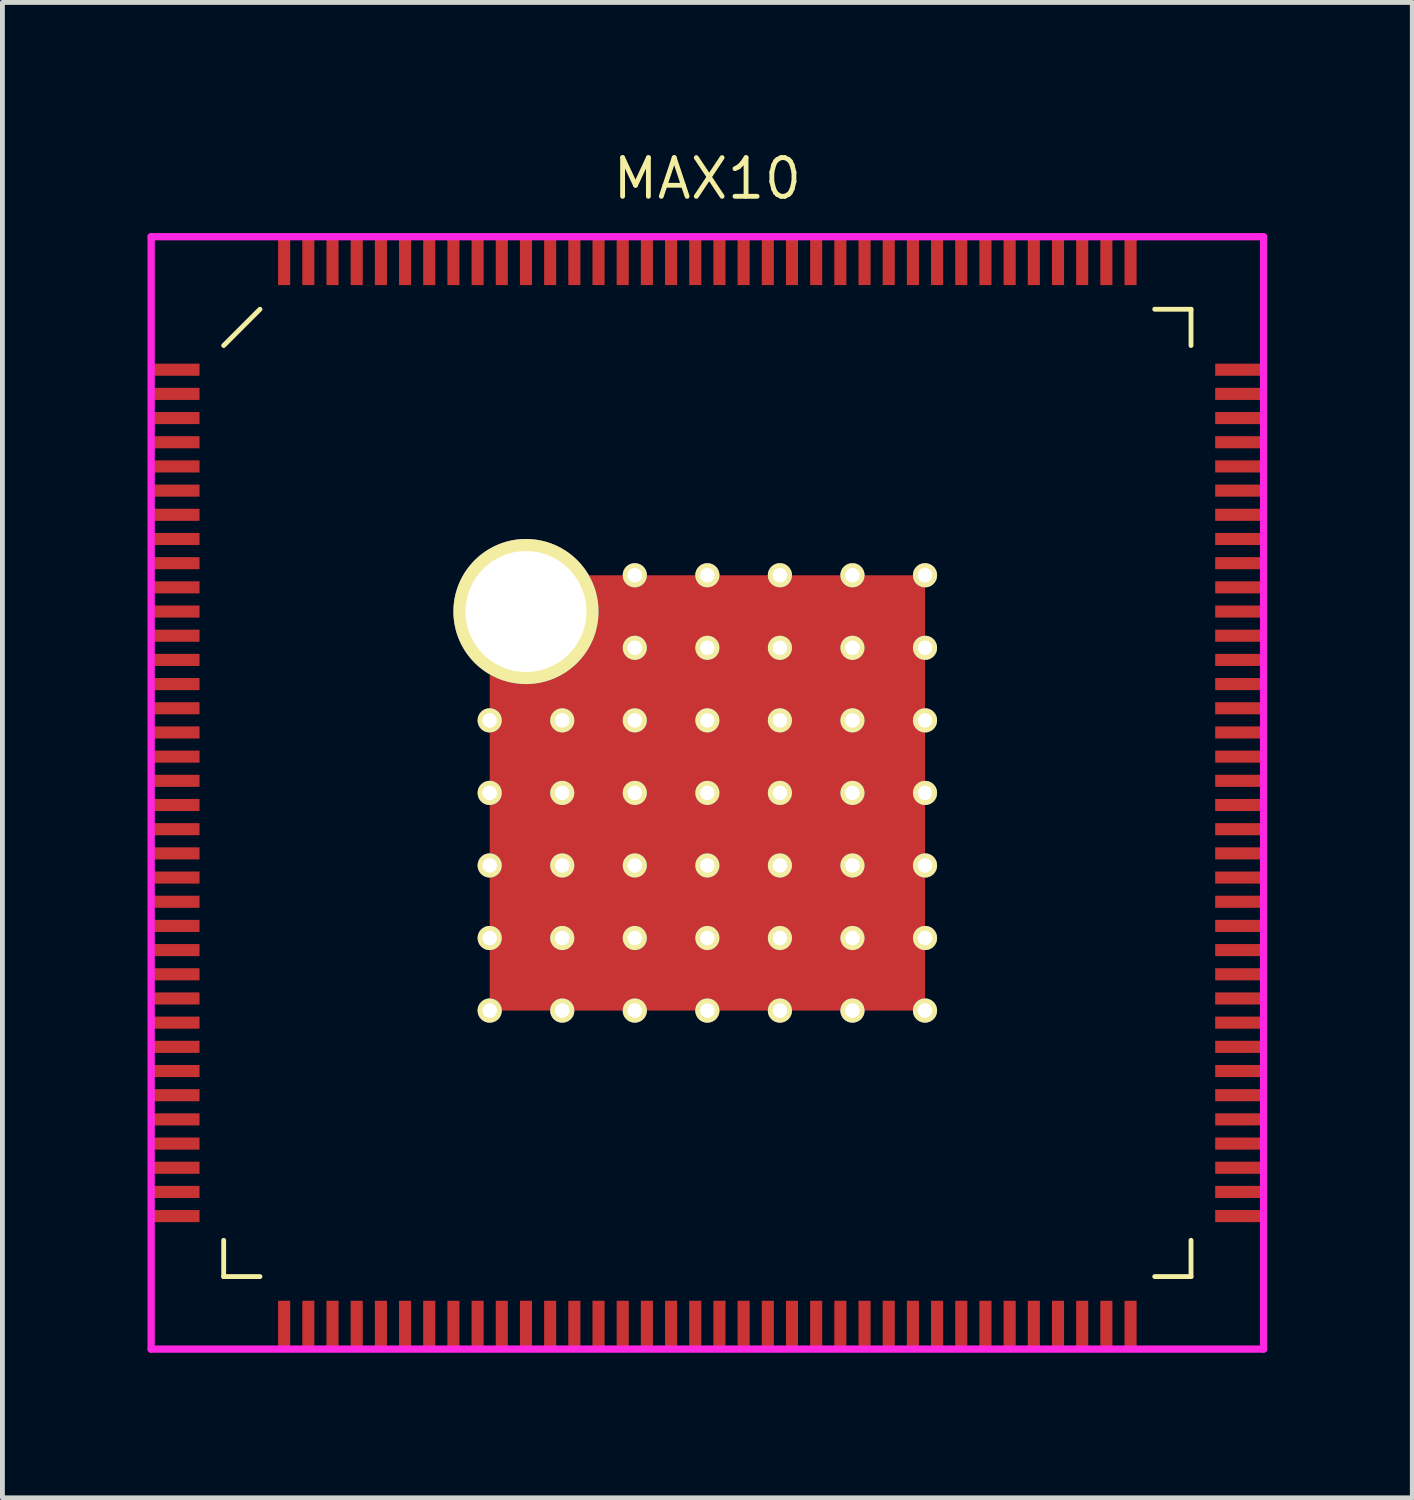
<source format=kicad_pcb>
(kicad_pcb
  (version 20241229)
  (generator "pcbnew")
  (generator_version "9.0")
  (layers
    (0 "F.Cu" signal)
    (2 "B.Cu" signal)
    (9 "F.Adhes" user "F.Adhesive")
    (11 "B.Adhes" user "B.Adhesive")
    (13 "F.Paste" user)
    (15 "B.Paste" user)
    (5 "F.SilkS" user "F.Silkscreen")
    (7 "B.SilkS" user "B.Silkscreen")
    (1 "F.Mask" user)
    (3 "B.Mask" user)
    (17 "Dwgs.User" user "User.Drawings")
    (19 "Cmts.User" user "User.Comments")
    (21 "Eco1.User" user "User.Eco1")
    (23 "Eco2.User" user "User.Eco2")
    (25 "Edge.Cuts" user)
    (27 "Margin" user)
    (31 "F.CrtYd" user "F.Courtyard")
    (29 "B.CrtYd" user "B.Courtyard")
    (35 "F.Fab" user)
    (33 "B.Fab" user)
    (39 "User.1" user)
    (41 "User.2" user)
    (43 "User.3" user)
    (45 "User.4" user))
  (footprint "MAX10"
    (layer "F.Cu")
    (at 11.575 13.344)
    (property "Reference" "MAX10" (at 0 -12.7 0) (layer "F.SilkS") (effects (font (size 0.8 0.8) (thickness 0.1))))
    (attr through_hole)
    (fp_line (start -10 -9.25) (end -9.25 -10) (stroke (width 0.1) (type solid)) (layer "F.SilkS"))
    (fp_line (start -10 10) (end -10 9.25) (stroke (width 0.1) (type solid)) (layer "F.SilkS"))
    (fp_line (start -9.25 10) (end -10 10) (stroke (width 0.1) (type solid)) (layer "F.SilkS"))
    (fp_line (start 9.25 -10) (end 10 -10) (stroke (width 0.1) (type solid)) (layer "F.SilkS"))
    (fp_line (start 9.25 10) (end 10 10) (stroke (width 0.1) (type solid)) (layer "F.SilkS"))
    (fp_line (start 10 -10) (end 10 -9.25) (stroke (width 0.1) (type solid)) (layer "F.SilkS"))
    (fp_line (start 10 10) (end 10 9.25) (stroke (width 0.1) (type solid)) (layer "F.SilkS"))
    (fp_line (start -11.5 -11.5) (end 11.5 -11.5) (stroke (width 0.15) (type solid)) (layer "F.CrtYd"))
    (fp_line (start -11.5 11.5) (end -11.5 -11.5) (stroke (width 0.15) (type solid)) (layer "F.CrtYd"))
    (fp_line (start 11.5 -11.5) (end 11.5 11.5) (stroke (width 0.15) (type solid)) (layer "F.CrtYd"))
    (fp_line (start 11.5 11.5) (end -11.5 11.5) (stroke (width 0.15) (type solid)) (layer "F.CrtYd"))
    (pad "1" smd rect (at -11 -8.75 90) (size 0.25 1) (layers "F.Cu" "F.Mask" "F.Paste"))
    (pad "2" smd rect (at -11 -8.25 90) (size 0.25 1) (layers "F.Cu" "F.Mask" "F.Paste"))
    (pad "3" smd rect (at -11 -7.75 90) (size 0.25 1) (layers "F.Cu" "F.Mask" "F.Paste"))
    (pad "4" smd rect (at -11 -7.25 90) (size 0.25 1) (layers "F.Cu" "F.Mask" "F.Paste"))
    (pad "5" smd rect (at -11 -6.75 90) (size 0.25 1) (layers "F.Cu" "F.Mask" "F.Paste"))
    (pad "6" smd rect (at -11 -6.25 90) (size 0.25 1) (layers "F.Cu" "F.Mask" "F.Paste"))
    (pad "7" smd rect (at -11 -5.75 90) (size 0.25 1) (layers "F.Cu" "F.Mask" "F.Paste"))
    (pad "8" smd rect (at -11 -5.25 90) (size 0.25 1) (layers "F.Cu" "F.Mask" "F.Paste"))
    (pad "9" smd rect (at -11 -4.75 90) (size 0.25 1) (layers "F.Cu" "F.Mask" "F.Paste"))
    (pad "10" smd rect (at -11 -4.25 90) (size 0.25 1) (layers "F.Cu" "F.Mask" "F.Paste"))
    (pad "11" smd rect (at -11 -3.75 90) (size 0.25 1) (layers "F.Cu" "F.Mask" "F.Paste"))
    (pad "12" smd rect (at -11 -3.25 90) (size 0.25 1) (layers "F.Cu" "F.Mask" "F.Paste"))
    (pad "13" smd rect (at -11 -2.75 90) (size 0.25 1) (layers "F.Cu" "F.Mask" "F.Paste"))
    (pad "14" smd rect (at -11 -2.25 90) (size 0.25 1) (layers "F.Cu" "F.Mask" "F.Paste"))
    (pad "15" smd rect (at -11 -1.75 90) (size 0.25 1) (layers "F.Cu" "F.Mask" "F.Paste"))
    (pad "16" smd rect (at -11 -1.25 90) (size 0.25 1) (layers "F.Cu" "F.Mask" "F.Paste"))
    (pad "17" smd rect (at -11 -0.75 90) (size 0.25 1) (layers "F.Cu" "F.Mask" "F.Paste"))
    (pad "18" smd rect (at -11 -0.25 90) (size 0.25 1) (layers "F.Cu" "F.Mask" "F.Paste"))
    (pad "19" smd rect (at -11 0.25 90) (size 0.25 1) (layers "F.Cu" "F.Mask" "F.Paste"))
    (pad "20" smd rect (at -11 0.75 90) (size 0.25 1) (layers "F.Cu" "F.Mask" "F.Paste"))
    (pad "21" smd rect (at -11 1.25 90) (size 0.25 1) (layers "F.Cu" "F.Mask" "F.Paste"))
    (pad "22" smd rect (at -11 1.75 90) (size 0.25 1) (layers "F.Cu" "F.Mask" "F.Paste"))
    (pad "23" smd rect (at -11 2.25 90) (size 0.25 1) (layers "F.Cu" "F.Mask" "F.Paste"))
    (pad "24" smd rect (at -11 2.75 90) (size 0.25 1) (layers "F.Cu" "F.Mask" "F.Paste"))
    (pad "25" smd rect (at -11 3.25 90) (size 0.25 1) (layers "F.Cu" "F.Mask" "F.Paste"))
    (pad "26" smd rect (at -11 3.75 90) (size 0.25 1) (layers "F.Cu" "F.Mask" "F.Paste"))
    (pad "27" smd rect (at -11 4.25 90) (size 0.25 1) (layers "F.Cu" "F.Mask" "F.Paste"))
    (pad "28" smd rect (at -11 4.75 90) (size 0.25 1) (layers "F.Cu" "F.Mask" "F.Paste"))
    (pad "29" smd rect (at -11 5.25 90) (size 0.25 1) (layers "F.Cu" "F.Mask" "F.Paste"))
    (pad "30" smd rect (at -11 5.75 90) (size 0.25 1) (layers "F.Cu" "F.Mask" "F.Paste"))
    (pad "31" smd rect (at -11 6.25 90) (size 0.25 1) (layers "F.Cu" "F.Mask" "F.Paste"))
    (pad "32" smd rect (at -11 6.75 90) (size 0.25 1) (layers "F.Cu" "F.Mask" "F.Paste"))
    (pad "33" smd rect (at -11 7.25 90) (size 0.25 1) (layers "F.Cu" "F.Mask" "F.Paste"))
    (pad "34" smd rect (at -11 7.75 90) (size 0.25 1) (layers "F.Cu" "F.Mask" "F.Paste"))
    (pad "35" smd rect (at -11 8.25 90) (size 0.25 1) (layers "F.Cu" "F.Mask" "F.Paste"))
    (pad "36" smd rect (at -11 8.75 90) (size 0.25 1) (layers "F.Cu" "F.Mask" "F.Paste"))
    (pad "37" smd rect (at -8.75 11) (size 0.25 1) (layers "F.Cu" "F.Mask" "F.Paste"))
    (pad "38" smd rect (at -8.25 11) (size 0.25 1) (layers "F.Cu" "F.Mask" "F.Paste"))
    (pad "39" smd rect (at -7.75 11) (size 0.25 1) (layers "F.Cu" "F.Mask" "F.Paste"))
    (pad "40" smd rect (at -7.25 11) (size 0.25 1) (layers "F.Cu" "F.Mask" "F.Paste"))
    (pad "41" smd rect (at -6.75 11) (size 0.25 1) (layers "F.Cu" "F.Mask" "F.Paste"))
    (pad "42" smd rect (at -6.25 11) (size 0.25 1) (layers "F.Cu" "F.Mask" "F.Paste"))
    (pad "43" smd rect (at -5.75 11) (size 0.25 1) (layers "F.Cu" "F.Mask" "F.Paste"))
    (pad "44" smd rect (at -5.25 11) (size 0.25 1) (layers "F.Cu" "F.Mask" "F.Paste"))
    (pad "45" smd rect (at -4.75 11) (size 0.25 1) (layers "F.Cu" "F.Mask" "F.Paste"))
    (pad "46" smd rect (at -4.25 11) (size 0.25 1) (layers "F.Cu" "F.Mask" "F.Paste"))
    (pad "47" smd rect (at -3.75 11) (size 0.25 1) (layers "F.Cu" "F.Mask" "F.Paste"))
    (pad "48" smd rect (at -3.25 11) (size 0.25 1) (layers "F.Cu" "F.Mask" "F.Paste"))
    (pad "49" smd rect (at -2.75 11) (size 0.25 1) (layers "F.Cu" "F.Mask" "F.Paste"))
    (pad "50" smd rect (at -2.25 11) (size 0.25 1) (layers "F.Cu" "F.Mask" "F.Paste"))
    (pad "51" smd rect (at -1.75 11) (size 0.25 1) (layers "F.Cu" "F.Mask" "F.Paste"))
    (pad "52" smd rect (at -1.25 11) (size 0.25 1) (layers "F.Cu" "F.Mask" "F.Paste"))
    (pad "53" smd rect (at -0.75 11) (size 0.25 1) (layers "F.Cu" "F.Mask" "F.Paste"))
    (pad "54" smd rect (at -0.25 11) (size 0.25 1) (layers "F.Cu" "F.Mask" "F.Paste"))
    (pad "55" smd rect (at 0.25 11) (size 0.25 1) (layers "F.Cu" "F.Mask" "F.Paste"))
    (pad "56" smd rect (at 0.75 11) (size 0.25 1) (layers "F.Cu" "F.Mask" "F.Paste"))
    (pad "57" smd rect (at 1.25 11) (size 0.25 1) (layers "F.Cu" "F.Mask" "F.Paste"))
    (pad "58" smd rect (at 1.75 11) (size 0.25 1) (layers "F.Cu" "F.Mask" "F.Paste"))
    (pad "59" smd rect (at 2.25 11) (size 0.25 1) (layers "F.Cu" "F.Mask" "F.Paste"))
    (pad "60" smd rect (at 2.75 11) (size 0.25 1) (layers "F.Cu" "F.Mask" "F.Paste"))
    (pad "61" smd rect (at 3.25 11) (size 0.25 1) (layers "F.Cu" "F.Mask" "F.Paste"))
    (pad "62" smd rect (at 3.75 11) (size 0.25 1) (layers "F.Cu" "F.Mask" "F.Paste"))
    (pad "63" smd rect (at 4.25 11) (size 0.25 1) (layers "F.Cu" "F.Mask" "F.Paste"))
    (pad "64" smd rect (at 4.75 11) (size 0.25 1) (layers "F.Cu" "F.Mask" "F.Paste"))
    (pad "65" smd rect (at 5.25 11) (size 0.25 1) (layers "F.Cu" "F.Mask" "F.Paste"))
    (pad "66" smd rect (at 5.75 11) (size 0.25 1) (layers "F.Cu" "F.Mask" "F.Paste"))
    (pad "67" smd rect (at 6.25 11) (size 0.25 1) (layers "F.Cu" "F.Mask" "F.Paste"))
    (pad "68" smd rect (at 6.75 11) (size 0.25 1) (layers "F.Cu" "F.Mask" "F.Paste"))
    (pad "69" smd rect (at 7.25 11) (size 0.25 1) (layers "F.Cu" "F.Mask" "F.Paste"))
    (pad "70" smd rect (at 7.75 11) (size 0.25 1) (layers "F.Cu" "F.Mask" "F.Paste"))
    (pad "71" smd rect (at 8.25 11) (size 0.25 1) (layers "F.Cu" "F.Mask" "F.Paste"))
    (pad "72" smd rect (at 8.75 11) (size 0.25 1) (layers "F.Cu" "F.Mask" "F.Paste"))
    (pad "73" smd rect (at 11 8.75 90) (size 0.25 1) (layers "F.Cu" "F.Mask" "F.Paste"))
    (pad "74" smd rect (at 11 8.25 90) (size 0.25 1) (layers "F.Cu" "F.Mask" "F.Paste"))
    (pad "75" smd rect (at 11 7.75 90) (size 0.25 1) (layers "F.Cu" "F.Mask" "F.Paste"))
    (pad "76" smd rect (at 11 7.25 90) (size 0.25 1) (layers "F.Cu" "F.Mask" "F.Paste"))
    (pad "77" smd rect (at 11 6.75 90) (size 0.25 1) (layers "F.Cu" "F.Mask" "F.Paste"))
    (pad "78" smd rect (at 11 6.25 90) (size 0.25 1) (layers "F.Cu" "F.Mask" "F.Paste"))
    (pad "79" smd rect (at 11 5.75 90) (size 0.25 1) (layers "F.Cu" "F.Mask" "F.Paste"))
    (pad "80" smd rect (at 11 5.25 90) (size 0.25 1) (layers "F.Cu" "F.Mask" "F.Paste"))
    (pad "81" smd rect (at 11 4.75 90) (size 0.25 1) (layers "F.Cu" "F.Mask" "F.Paste"))
    (pad "82" smd rect (at 11 4.25 90) (size 0.25 1) (layers "F.Cu" "F.Mask" "F.Paste"))
    (pad "83" smd rect (at 11 3.75 90) (size 0.25 1) (layers "F.Cu" "F.Mask" "F.Paste"))
    (pad "84" smd rect (at 11 3.25 90) (size 0.25 1) (layers "F.Cu" "F.Mask" "F.Paste"))
    (pad "85" smd rect (at 11 2.75 90) (size 0.25 1) (layers "F.Cu" "F.Mask" "F.Paste"))
    (pad "86" smd rect (at 11 2.25 90) (size 0.25 1) (layers "F.Cu" "F.Mask" "F.Paste"))
    (pad "87" smd rect (at 11 1.75 90) (size 0.25 1) (layers "F.Cu" "F.Mask" "F.Paste"))
    (pad "88" smd rect (at 11 1.25 90) (size 0.25 1) (layers "F.Cu" "F.Mask" "F.Paste"))
    (pad "89" smd rect (at 11 0.75 90) (size 0.25 1) (layers "F.Cu" "F.Mask" "F.Paste"))
    (pad "90" smd rect (at 11 0.25 90) (size 0.25 1) (layers "F.Cu" "F.Mask" "F.Paste"))
    (pad "91" smd rect (at 11 -0.25 90) (size 0.25 1) (layers "F.Cu" "F.Mask" "F.Paste"))
    (pad "92" smd rect (at 11 -0.75 90) (size 0.25 1) (layers "F.Cu" "F.Mask" "F.Paste"))
    (pad "93" smd rect (at 11 -1.25 90) (size 0.25 1) (layers "F.Cu" "F.Mask" "F.Paste"))
    (pad "94" smd rect (at 11 -1.75 90) (size 0.25 1) (layers "F.Cu" "F.Mask" "F.Paste"))
    (pad "95" smd rect (at 11 -2.25 90) (size 0.25 1) (layers "F.Cu" "F.Mask" "F.Paste"))
    (pad "96" smd rect (at 11 -2.75 90) (size 0.25 1) (layers "F.Cu" "F.Mask" "F.Paste"))
    (pad "97" smd rect (at 11 -3.25 90) (size 0.25 1) (layers "F.Cu" "F.Mask" "F.Paste"))
    (pad "98" smd rect (at 11 -3.75 90) (size 0.25 1) (layers "F.Cu" "F.Mask" "F.Paste"))
    (pad "99" smd rect (at 11 -4.25 90) (size 0.25 1) (layers "F.Cu" "F.Mask" "F.Paste"))
    (pad "100" smd rect (at 11 -4.75 90) (size 0.25 1) (layers "F.Cu" "F.Mask" "F.Paste"))
    (pad "101" smd rect (at 11 -5.25 90) (size 0.25 1) (layers "F.Cu" "F.Mask" "F.Paste"))
    (pad "102" smd rect (at 11 -5.75 90) (size 0.25 1) (layers "F.Cu" "F.Mask" "F.Paste"))
    (pad "103" smd rect (at 11 -6.25 90) (size 0.25 1) (layers "F.Cu" "F.Mask" "F.Paste"))
    (pad "104" smd rect (at 11 -6.75 90) (size 0.25 1) (layers "F.Cu" "F.Mask" "F.Paste"))
    (pad "105" smd rect (at 11 -7.25 90) (size 0.25 1) (layers "F.Cu" "F.Mask" "F.Paste"))
    (pad "106" smd rect (at 11 -7.75 90) (size 0.25 1) (layers "F.Cu" "F.Mask" "F.Paste"))
    (pad "107" smd rect (at 11 -8.25 90) (size 0.25 1) (layers "F.Cu" "F.Mask" "F.Paste"))
    (pad "108" smd rect (at 11 -8.75 90) (size 0.25 1) (layers "F.Cu" "F.Mask" "F.Paste"))
    (pad "109" smd rect (at 8.75 -11) (size 0.25 1) (layers "F.Cu" "F.Mask" "F.Paste"))
    (pad "110" smd rect (at 8.25 -11) (size 0.25 1) (layers "F.Cu" "F.Mask" "F.Paste"))
    (pad "111" smd rect (at 7.75 -11) (size 0.25 1) (layers "F.Cu" "F.Mask" "F.Paste"))
    (pad "112" smd rect (at 7.25 -11) (size 0.25 1) (layers "F.Cu" "F.Mask" "F.Paste"))
    (pad "113" smd rect (at 6.75 -11) (size 0.25 1) (layers "F.Cu" "F.Mask" "F.Paste"))
    (pad "114" smd rect (at 6.25 -11) (size 0.25 1) (layers "F.Cu" "F.Mask" "F.Paste"))
    (pad "115" smd rect (at 5.75 -11) (size 0.25 1) (layers "F.Cu" "F.Mask" "F.Paste"))
    (pad "116" smd rect (at 5.25 -11) (size 0.25 1) (layers "F.Cu" "F.Mask" "F.Paste"))
    (pad "117" smd rect (at 4.75 -11) (size 0.25 1) (layers "F.Cu" "F.Mask" "F.Paste"))
    (pad "118" smd rect (at 4.25 -11) (size 0.25 1) (layers "F.Cu" "F.Mask" "F.Paste"))
    (pad "119" smd rect (at 3.75 -11) (size 0.25 1) (layers "F.Cu" "F.Mask" "F.Paste"))
    (pad "120" smd rect (at 3.25 -11) (size 0.25 1) (layers "F.Cu" "F.Mask" "F.Paste"))
    (pad "121" smd rect (at 2.75 -11) (size 0.25 1) (layers "F.Cu" "F.Mask" "F.Paste"))
    (pad "122" smd rect (at 2.25 -11) (size 0.25 1) (layers "F.Cu" "F.Mask" "F.Paste"))
    (pad "123" smd rect (at 1.75 -11) (size 0.25 1) (layers "F.Cu" "F.Mask" "F.Paste"))
    (pad "124" smd rect (at 1.25 -11) (size 0.25 1) (layers "F.Cu" "F.Mask" "F.Paste"))
    (pad "125" smd rect (at 0.75 -11) (size 0.25 1) (layers "F.Cu" "F.Mask" "F.Paste"))
    (pad "126" smd rect (at 0.25 -11) (size 0.25 1) (layers "F.Cu" "F.Mask" "F.Paste"))
    (pad "127" smd rect (at -0.25 -11) (size 0.25 1) (layers "F.Cu" "F.Mask" "F.Paste"))
    (pad "128" smd rect (at -0.75 -11) (size 0.25 1) (layers "F.Cu" "F.Mask" "F.Paste"))
    (pad "129" smd rect (at -1.25 -11) (size 0.25 1) (layers "F.Cu" "F.Mask" "F.Paste"))
    (pad "130" smd rect (at -1.75 -11) (size 0.25 1) (layers "F.Cu" "F.Mask" "F.Paste"))
    (pad "131" smd rect (at -2.25 -11) (size 0.25 1) (layers "F.Cu" "F.Mask" "F.Paste"))
    (pad "132" smd rect (at -2.75 -11) (size 0.25 1) (layers "F.Cu" "F.Mask" "F.Paste"))
    (pad "133" smd rect (at -3.25 -11) (size 0.25 1) (layers "F.Cu" "F.Mask" "F.Paste"))
    (pad "134" smd rect (at -3.75 -11) (size 0.25 1) (layers "F.Cu" "F.Mask" "F.Paste"))
    (pad "135" smd rect (at -4.25 -11) (size 0.25 1) (layers "F.Cu" "F.Mask" "F.Paste"))
    (pad "136" smd rect (at -4.75 -11) (size 0.25 1) (layers "F.Cu" "F.Mask" "F.Paste"))
    (pad "137" smd rect (at -5.25 -11) (size 0.25 1) (layers "F.Cu" "F.Mask" "F.Paste"))
    (pad "138" smd rect (at -5.75 -11) (size 0.25 1) (layers "F.Cu" "F.Mask" "F.Paste"))
    (pad "139" smd rect (at -6.25 -11) (size 0.25 1) (layers "F.Cu" "F.Mask" "F.Paste"))
    (pad "140" smd rect (at -6.75 -11) (size 0.25 1) (layers "F.Cu" "F.Mask" "F.Paste"))
    (pad "141" smd rect (at -7.25 -11) (size 0.25 1) (layers "F.Cu" "F.Mask" "F.Paste"))
    (pad "142" smd rect (at -7.75 -11) (size 0.25 1) (layers "F.Cu" "F.Mask" "F.Paste"))
    (pad "143" smd rect (at -8.25 -11) (size 0.25 1) (layers "F.Cu" "F.Mask" "F.Paste"))
    (pad "144" smd rect (at -8.75 -11) (size 0.25 1) (layers "F.Cu" "F.Mask" "F.Paste"))
    (pad "145" thru_hole circle (at -4.5 -1.5) (size 0.5 0.5) (drill 0.3) (layers "*.Cu" "*.Mask" "F.SilkS"))
    (pad "145" thru_hole circle (at -4.5 0) (size 0.5 0.5) (drill 0.3) (layers "*.Cu" "*.Mask" "F.SilkS"))
    (pad "145" thru_hole circle (at -4.5 1.5) (size 0.5 0.5) (drill 0.3) (layers "*.Cu" "*.Mask" "F.SilkS"))
    (pad "145" thru_hole circle (at -4.5 3) (size 0.5 0.5) (drill 0.3) (layers "*.Cu" "*.Mask" "F.SilkS"))
    (pad "145" thru_hole circle (at -4.5 4.5) (size 0.5 0.5) (drill 0.3) (layers "*.Cu" "*.Mask" "F.SilkS"))
    (pad "145" thru_hole circle (at -3.75 -3.75) (size 3 3) (drill 2.5) (layers "*.Cu" "*.Mask" "F.SilkS"))
    (pad "145" thru_hole circle (at -3 -1.5) (size 0.5 0.5) (drill 0.3) (layers "*.Cu" "*.Mask" "F.SilkS"))
    (pad "145" thru_hole circle (at -3 0) (size 0.5 0.5) (drill 0.3) (layers "*.Cu" "*.Mask" "F.SilkS"))
    (pad "145" thru_hole circle (at -3 1.5) (size 0.5 0.5) (drill 0.3) (layers "*.Cu" "*.Mask" "F.SilkS"))
    (pad "145" thru_hole circle (at -3 3) (size 0.5 0.5) (drill 0.3) (layers "*.Cu" "*.Mask" "F.SilkS"))
    (pad "145" thru_hole circle (at -3 4.5) (size 0.5 0.5) (drill 0.3) (layers "*.Cu" "*.Mask" "F.SilkS"))
    (pad "145" smd rect (at -2.25 -2.25) (size 4 4) (layers "F.Cu" "F.Mask" "F.Paste"))
    (pad "145" smd rect (at -2.25 2.25) (size 4 4) (layers "F.Cu" "F.Mask" "F.Paste"))
    (pad "145" thru_hole circle (at -1.5 -4.5) (size 0.5 0.5) (drill 0.3) (layers "*.Cu" "*.Mask" "F.SilkS"))
    (pad "145" thru_hole circle (at -1.5 -3) (size 0.5 0.5) (drill 0.3) (layers "*.Cu" "*.Mask" "F.SilkS"))
    (pad "145" thru_hole circle (at -1.5 -1.5) (size 0.5 0.5) (drill 0.3) (layers "*.Cu" "*.Mask" "F.SilkS"))
    (pad "145" thru_hole circle (at -1.5 0) (size 0.5 0.5) (drill 0.3) (layers "*.Cu" "*.Mask" "F.SilkS"))
    (pad "145" thru_hole circle (at -1.5 1.5) (size 0.5 0.5) (drill 0.3) (layers "*.Cu" "*.Mask" "F.SilkS"))
    (pad "145" thru_hole circle (at -1.5 3) (size 0.5 0.5) (drill 0.3) (layers "*.Cu" "*.Mask" "F.SilkS"))
    (pad "145" thru_hole circle (at -1.5 4.5) (size 0.5 0.5) (drill 0.3) (layers "*.Cu" "*.Mask" "F.SilkS"))
    (pad "145" thru_hole circle (at 0 -4.5) (size 0.5 0.5) (drill 0.3) (layers "*.Cu" "*.Mask" "F.SilkS"))
    (pad "145" thru_hole circle (at 0 -3) (size 0.5 0.5) (drill 0.3) (layers "*.Cu" "*.Mask" "F.SilkS"))
    (pad "145" thru_hole circle (at 0 -1.5) (size 0.5 0.5) (drill 0.3) (layers "*.Cu" "*.Mask" "F.SilkS"))
    (pad "145" thru_hole circle (at 0 0) (size 0.5 0.5) (drill 0.3) (layers "*.Cu" "*.Mask" "F.SilkS"))
    (pad "145" smd rect (at 0 0) (size 9 9) (layers "F.Cu" "F.Mask"))
    (pad "145" thru_hole circle (at 0 1.5) (size 0.5 0.5) (drill 0.3) (layers "*.Cu" "*.Mask" "F.SilkS"))
    (pad "145" thru_hole circle (at 0 3) (size 0.5 0.5) (drill 0.3) (layers "*.Cu" "*.Mask" "F.SilkS"))
    (pad "145" thru_hole circle (at 0 4.5) (size 0.5 0.5) (drill 0.3) (layers "*.Cu" "*.Mask" "F.SilkS"))
    (pad "145" thru_hole circle (at 1.5 -4.5) (size 0.5 0.5) (drill 0.3) (layers "*.Cu" "*.Mask" "F.SilkS"))
    (pad "145" thru_hole circle (at 1.5 -3) (size 0.5 0.5) (drill 0.3) (layers "*.Cu" "*.Mask" "F.SilkS"))
    (pad "145" thru_hole circle (at 1.5 -1.5) (size 0.5 0.5) (drill 0.3) (layers "*.Cu" "*.Mask" "F.SilkS"))
    (pad "145" thru_hole circle (at 1.5 0) (size 0.5 0.5) (drill 0.3) (layers "*.Cu" "*.Mask" "F.SilkS"))
    (pad "145" thru_hole circle (at 1.5 1.5) (size 0.5 0.5) (drill 0.3) (layers "*.Cu" "*.Mask" "F.SilkS"))
    (pad "145" thru_hole circle (at 1.5 3) (size 0.5 0.5) (drill 0.3) (layers "*.Cu" "*.Mask" "F.SilkS"))
    (pad "145" thru_hole circle (at 1.5 4.5) (size 0.5 0.5) (drill 0.3) (layers "*.Cu" "*.Mask" "F.SilkS"))
    (pad "145" smd rect (at 2.25 -2.25) (size 4 4) (layers "F.Cu" "F.Mask" "F.Paste"))
    (pad "145" smd rect (at 2.25 2.25) (size 4 4) (layers "F.Cu" "F.Mask" "F.Paste"))
    (pad "145" thru_hole circle (at 3 -4.5) (size 0.5 0.5) (drill 0.3) (layers "*.Cu" "*.Mask" "F.SilkS"))
    (pad "145" thru_hole circle (at 3 -3) (size 0.5 0.5) (drill 0.3) (layers "*.Cu" "*.Mask" "F.SilkS"))
    (pad "145" thru_hole circle (at 3 -1.5) (size 0.5 0.5) (drill 0.3) (layers "*.Cu" "*.Mask" "F.SilkS"))
    (pad "145" thru_hole circle (at 3 0) (size 0.5 0.5) (drill 0.3) (layers "*.Cu" "*.Mask" "F.SilkS"))
    (pad "145" thru_hole circle (at 3 1.5) (size 0.5 0.5) (drill 0.3) (layers "*.Cu" "*.Mask" "F.SilkS"))
    (pad "145" thru_hole circle (at 3 3) (size 0.5 0.5) (drill 0.3) (layers "*.Cu" "*.Mask" "F.SilkS"))
    (pad "145" thru_hole circle (at 3 4.5) (size 0.5 0.5) (drill 0.3) (layers "*.Cu" "*.Mask" "F.SilkS"))
    (pad "145" thru_hole circle (at 4.5 -4.5) (size 0.5 0.5) (drill 0.3) (layers "*.Cu" "*.Mask" "F.SilkS"))
    (pad "145" thru_hole circle (at 4.5 -3) (size 0.5 0.5) (drill 0.3) (layers "*.Cu" "*.Mask" "F.SilkS"))
    (pad "145" thru_hole circle (at 4.5 -1.5) (size 0.5 0.5) (drill 0.3) (layers "*.Cu" "*.Mask" "F.SilkS"))
    (pad "145" thru_hole circle (at 4.5 0) (size 0.5 0.5) (drill 0.3) (layers "*.Cu" "*.Mask" "F.SilkS"))
    (pad "145" thru_hole circle (at 4.5 1.5) (size 0.5 0.5) (drill 0.3) (layers "*.Cu" "*.Mask" "F.SilkS"))
    (pad "145" thru_hole circle (at 4.5 3) (size 0.5 0.5) (drill 0.3) (layers "*.Cu" "*.Mask" "F.SilkS"))
    (pad "145" thru_hole circle (at 4.5 4.5) (size 0.5 0.5) (drill 0.3) (layers "*.Cu" "*.Mask" "F.SilkS")))
  (gr_rect
    (start -3 -3)
    (end 26.15 27.919)
    (stroke (width 0.1) (type default))
    (fill no)
    (layer "Edge.Cuts")))
</source>
